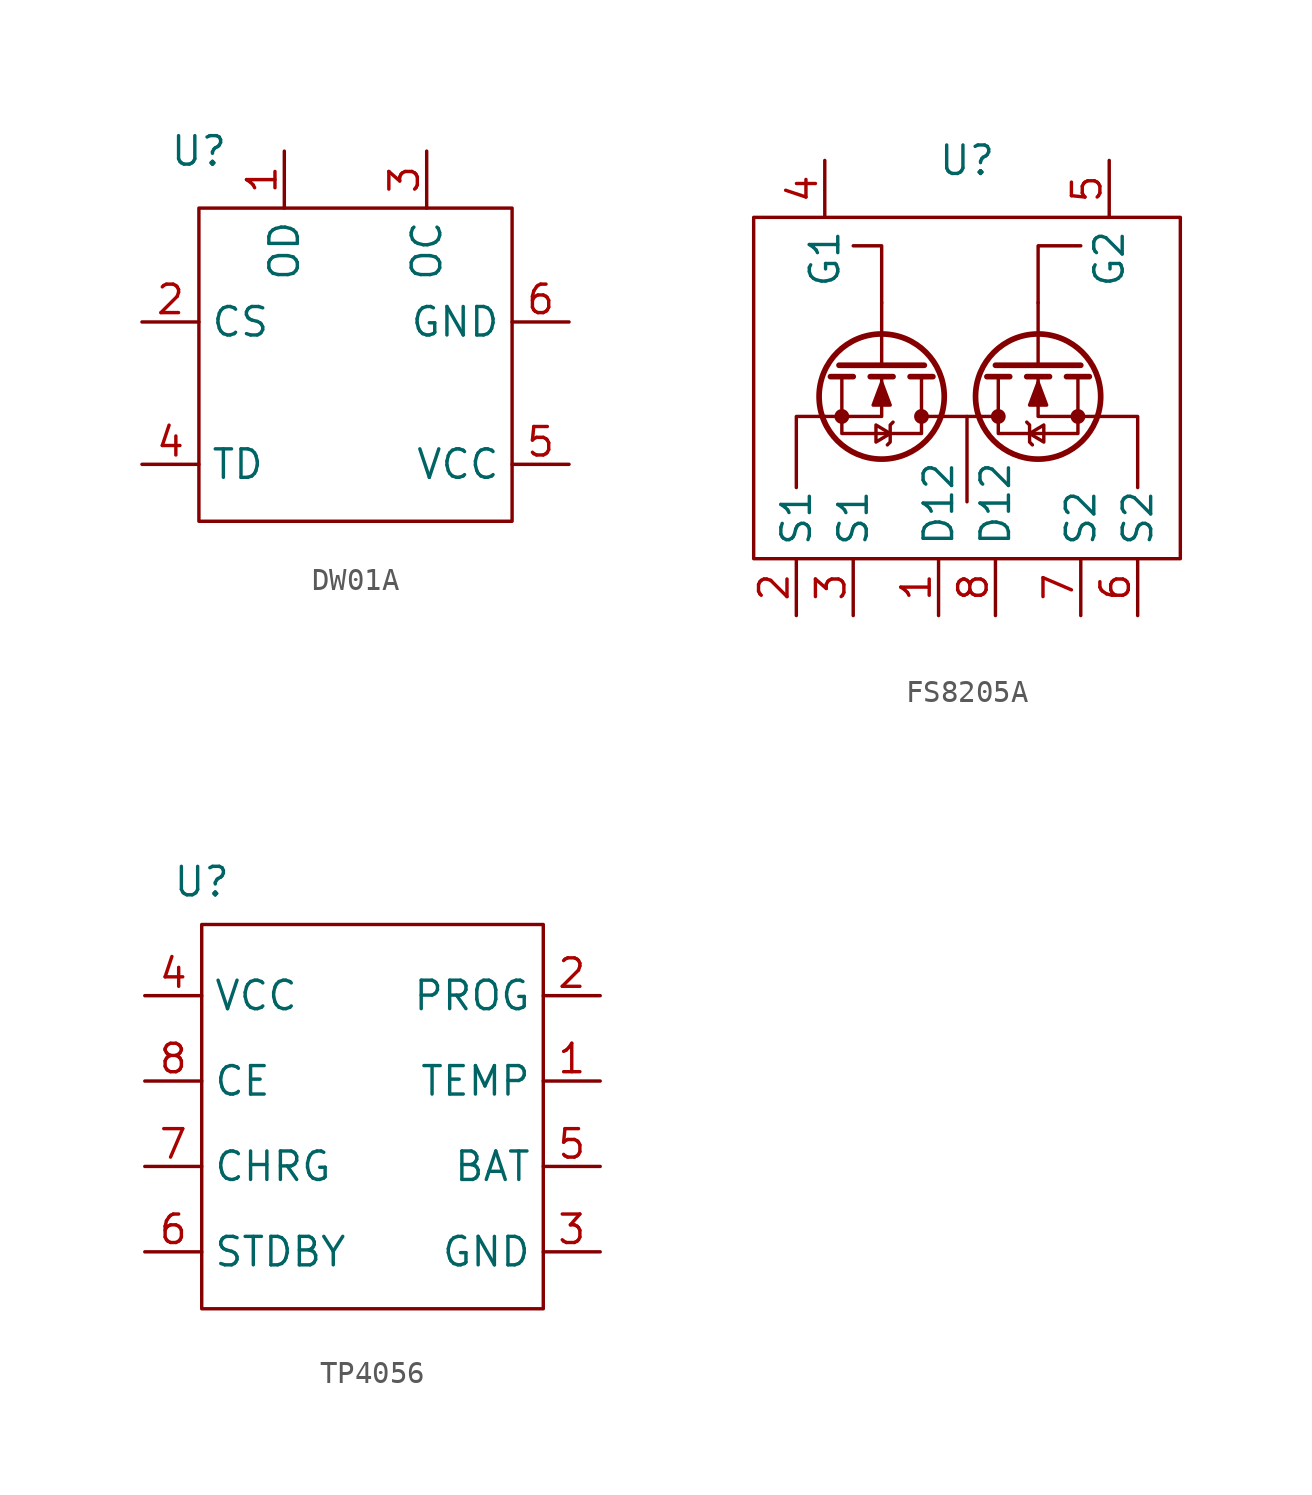
<source format=kicad_sym>
(kicad_symbol_lib
  (version 20231120)
  (generator "kicad_symbol_editor")
  (generator_version "8.0")
  (symbol "DW01A"
    (property "Reference" "U"
      (at 0 0 0)
      (effects (font (size 1.27 1.27))))
    (property "Value" ""
      (at 0 0 0)
      (effects (font (size 1.27 1.27))))
    (symbol "DW01A_0_1"
      (rectangle (start 0 -2.54) (end 13.97 -16.51) (stroke (width 0) (type default)) (fill (type none))))
    (symbol "DW01A_1_1"
      (pin passive line (at 3.81 0 270) (length 2.54) (name "OD" (effects (font (size 1.27 1.27)))) (number "1" (effects (font (size 1.27 1.27)))))
      (pin passive line (at -2.54 -7.62 0) (length 2.54) (name "CS" (effects (font (size 1.27 1.27)))) (number "2" (effects (font (size 1.27 1.27)))))
      (pin passive line (at 10.16 0 270) (length 2.54) (name "OC" (effects (font (size 1.27 1.27)))) (number "3" (effects (font (size 1.27 1.27)))))
      (pin passive line (at -2.54 -13.97 0) (length 2.54) (name "TD" (effects (font (size 1.27 1.27)))) (number "4" (effects (font (size 1.27 1.27)))))
      (pin power_in line (at 16.51 -13.97 180) (length 2.54) (name "VCC" (effects (font (size 1.27 1.27)))) (number "5" (effects (font (size 1.27 1.27)))))
      (pin power_in line (at 16.51 -7.62 180) (length 2.54) (name "GND" (effects (font (size 1.27 1.27)))) (number "6" (effects (font (size 1.27 1.27)))))))
  (symbol "FS8205A"
    (property "Reference" "U"
      (at 0 0 0)
      (effects (font (size 1.27 1.27))))
    (property "Value" ""
      (at 0 0 0)
      (effects (font (size 1.27 1.27))))
    (symbol "FS8205A_0_1"
      (circle (center -5.588 -11.43) (radius 0.254) (stroke (width 0) (type default)) (fill (type outline)))
      (circle (center -3.81 -10.541) (radius 2.794) (stroke (width 0.254) (type default)) (fill (type none)))
      (circle (center -2.032 -11.43) (radius 0.254) (stroke (width 0) (type default)) (fill (type outline)))
      (polyline (pts (xy -5.08 -9.652) (xy -6.096 -9.652)) (stroke (width 0.254) (type default)) (fill (type none)))
      (polyline (pts (xy -3.81 -9.144) (xy -3.81 -6.35)) (stroke (width 0) (type default)) (fill (type none)))
      (polyline (pts (xy -3.302 -9.652) (xy -4.318 -9.652)) (stroke (width 0.254) (type default)) (fill (type none)))
      (polyline (pts (xy -1.905 -9.144) (xy -5.715 -9.144)) (stroke (width 0.254) (type default)) (fill (type none)))
      (polyline (pts (xy -1.524 -9.652) (xy -2.54 -9.652)) (stroke (width 0.254) (type default)) (fill (type none)))
      (polyline (pts (xy -1.27 -11.43) (xy -2.032 -11.43)) (stroke (width 0) (type default)) (fill (type none)))
      (polyline (pts (xy 0.635 -11.43) (xy -1.27 -11.43)) (stroke (width 0) (type default)) (fill (type none)))
      (polyline (pts (xy 0.635 -11.43) (xy 1.397 -11.43)) (stroke (width 0) (type default)) (fill (type none)))
      (polyline (pts (xy 0.889 -9.652) (xy 1.905 -9.652)) (stroke (width 0.254) (type default)) (fill (type none)))
      (polyline (pts (xy 1.27 -9.144) (xy 5.08 -9.144)) (stroke (width 0.254) (type default)) (fill (type none)))
      (polyline (pts (xy 2.667 -9.652) (xy 3.683 -9.652)) (stroke (width 0.254) (type default)) (fill (type none)))
      (polyline (pts (xy 3.175 -9.144) (xy 3.175 -6.35)) (stroke (width 0) (type default)) (fill (type none)))
      (polyline (pts (xy 4.445 -9.652) (xy 5.461 -9.652)) (stroke (width 0.254) (type default)) (fill (type none)))
      (polyline (pts (xy -6.35 -11.43) (xy -3.81 -11.43) (xy -3.81 -9.652)) (stroke (width 0) (type default)) (fill (type none)))
      (polyline (pts (xy 5.715 -11.43) (xy 3.175 -11.43) (xy 3.175 -9.652)) (stroke (width 0) (type default)) (fill (type none)))
      (polyline (pts (xy -5.588 -9.652) (xy -5.588 -12.192) (xy -2.032 -12.192) (xy -2.032 -9.652)) (stroke (width 0) (type default)) (fill (type none)))
      (polyline (pts (xy -3.81 -9.906) (xy -3.429 -10.922) (xy -4.191 -10.922) (xy -3.81 -9.906)) (stroke (width 0) (type default)) (fill (type outline)))
      (polyline (pts (xy -3.429 -12.192) (xy -4.064 -11.811) (xy -4.064 -12.573) (xy -3.429 -12.192)) (stroke (width 0) (type default)) (fill (type none)))
      (polyline (pts (xy -3.302 -11.684) (xy -3.429 -11.811) (xy -3.429 -12.573) (xy -3.556 -12.7)) (stroke (width 0) (type default)) (fill (type none)))
      (polyline (pts (xy 2.667 -11.684) (xy 2.794 -11.811) (xy 2.794 -12.573) (xy 2.921 -12.7)) (stroke (width 0) (type default)) (fill (type none)))
      (polyline (pts (xy 2.794 -12.192) (xy 3.429 -11.811) (xy 3.429 -12.573) (xy 2.794 -12.192)) (stroke (width 0) (type default)) (fill (type none)))
      (polyline (pts (xy 3.175 -9.906) (xy 2.794 -10.922) (xy 3.556 -10.922) (xy 3.175 -9.906)) (stroke (width 0) (type default)) (fill (type outline)))
      (polyline (pts (xy 4.953 -9.652) (xy 4.953 -12.192) (xy 1.397 -12.192) (xy 1.397 -9.652)) (stroke (width 0) (type default)) (fill (type none)))
      (circle (center 1.397 -11.43) (radius 0.254) (stroke (width 0) (type default)) (fill (type outline)))
      (circle (center 3.175 -10.541) (radius 2.794) (stroke (width 0.254) (type default)) (fill (type none)))
      (circle (center 4.953 -11.43) (radius 0.254) (stroke (width 0) (type default)) (fill (type outline))))
    (symbol "FS8205A_1_1"
      (rectangle (start -9.525 -2.54) (end 9.525 -17.78) (stroke (width 0) (type default)) (fill (type none)))
      (polyline (pts (xy 0 -11.43) (xy 0 -15.24)) (stroke (width 0) (type default)) (fill (type none)))
      (polyline (pts (xy -6.35 -11.43) (xy -7.62 -11.43) (xy -7.62 -14.605)) (stroke (width 0) (type default)) (fill (type none)))
      (polyline (pts (xy -3.81 -6.35) (xy -3.81 -3.81) (xy -5.08 -3.81)) (stroke (width 0) (type default)) (fill (type none)))
      (polyline (pts (xy 3.175 -6.35) (xy 3.175 -3.81) (xy 5.08 -3.81)) (stroke (width 0) (type default)) (fill (type none)))
      (polyline (pts (xy 5.715 -11.43) (xy 7.62 -11.43) (xy 7.62 -14.605)) (stroke (width 0) (type default)) (fill (type none)))
      (pin passive line (at -1.27 -20.32 90) (length 2.54) (name "D12" (effects (font (size 1.27 1.27)))) (number "1" (effects (font (size 1.27 1.27)))))
      (pin passive line (at -7.62 -20.32 90) (length 2.54) (name "S1" (effects (font (size 1.27 1.27)))) (number "2" (effects (font (size 1.27 1.27)))))
      (pin passive line (at -5.08 -20.32 90) (length 2.54) (name "S1" (effects (font (size 1.27 1.27)))) (number "3" (effects (font (size 1.27 1.27)))))
      (pin passive line (at -6.35 0 270) (length 2.54) (name "G1" (effects (font (size 1.27 1.27)))) (number "4" (effects (font (size 1.27 1.27)))))
      (pin passive line (at 6.35 0 270) (length 2.54) (name "G2" (effects (font (size 1.27 1.27)))) (number "5" (effects (font (size 1.27 1.27)))))
      (pin passive line (at 7.62 -20.32 90) (length 2.54) (name "S2" (effects (font (size 1.27 1.27)))) (number "6" (effects (font (size 1.27 1.27)))))
      (pin passive line (at 5.08 -20.32 90) (length 2.54) (name "S2" (effects (font (size 1.27 1.27)))) (number "7" (effects (font (size 1.27 1.27)))))
      (pin passive line (at 1.27 -20.32 90) (length 2.54) (name "D12" (effects (font (size 1.27 1.27)))) (number "8" (effects (font (size 1.27 1.27)))))))
  (symbol "TP4056"
    (property "Reference" "U"
      (at 0 0 0)
      (effects (font (size 1.27 1.27))))
    (property "Value" ""
      (at 0 0 0)
      (effects (font (size 1.27 1.27))))
    (symbol "TP4056_0_1"
      (rectangle (start 0 -1.905) (end 15.24 -19.05) (stroke (width 0) (type default)) (fill (type none))))
    (symbol "TP4056_1_1"
      (pin passive line (at 17.78 -8.89 180) (length 2.54) (name "TEMP" (effects (font (size 1.27 1.27)))) (number "1" (effects (font (size 1.27 1.27)))))
      (pin passive line (at 17.78 -5.08 180) (length 2.54) (name "PROG" (effects (font (size 1.27 1.27)))) (number "2" (effects (font (size 1.27 1.27)))))
      (pin power_in line (at 17.78 -16.51 180) (length 2.54) (name "GND" (effects (font (size 1.27 1.27)))) (number "3" (effects (font (size 1.27 1.27)))))
      (pin power_in line (at -2.54 -5.08 0) (length 2.54) (name "VCC" (effects (font (size 1.27 1.27)))) (number "4" (effects (font (size 1.27 1.27)))))
      (pin passive line (at 17.78 -12.7 180) (length 2.54) (name "BAT" (effects (font (size 1.27 1.27)))) (number "5" (effects (font (size 1.27 1.27)))))
      (pin passive line (at -2.54 -16.51 0) (length 2.54) (name "STDBY" (effects (font (size 1.27 1.27)))) (number "6" (effects (font (size 1.27 1.27)))))
      (pin passive line (at -2.54 -12.7 0) (length 2.54) (name "CHRG" (effects (font (size 1.27 1.27)))) (number "7" (effects (font (size 1.27 1.27)))))
      (pin passive line (at -2.54 -8.89 0) (length 2.54) (name "CE" (effects (font (size 1.27 1.27)))) (number "8" (effects (font (size 1.27 1.27))))))))
</source>
